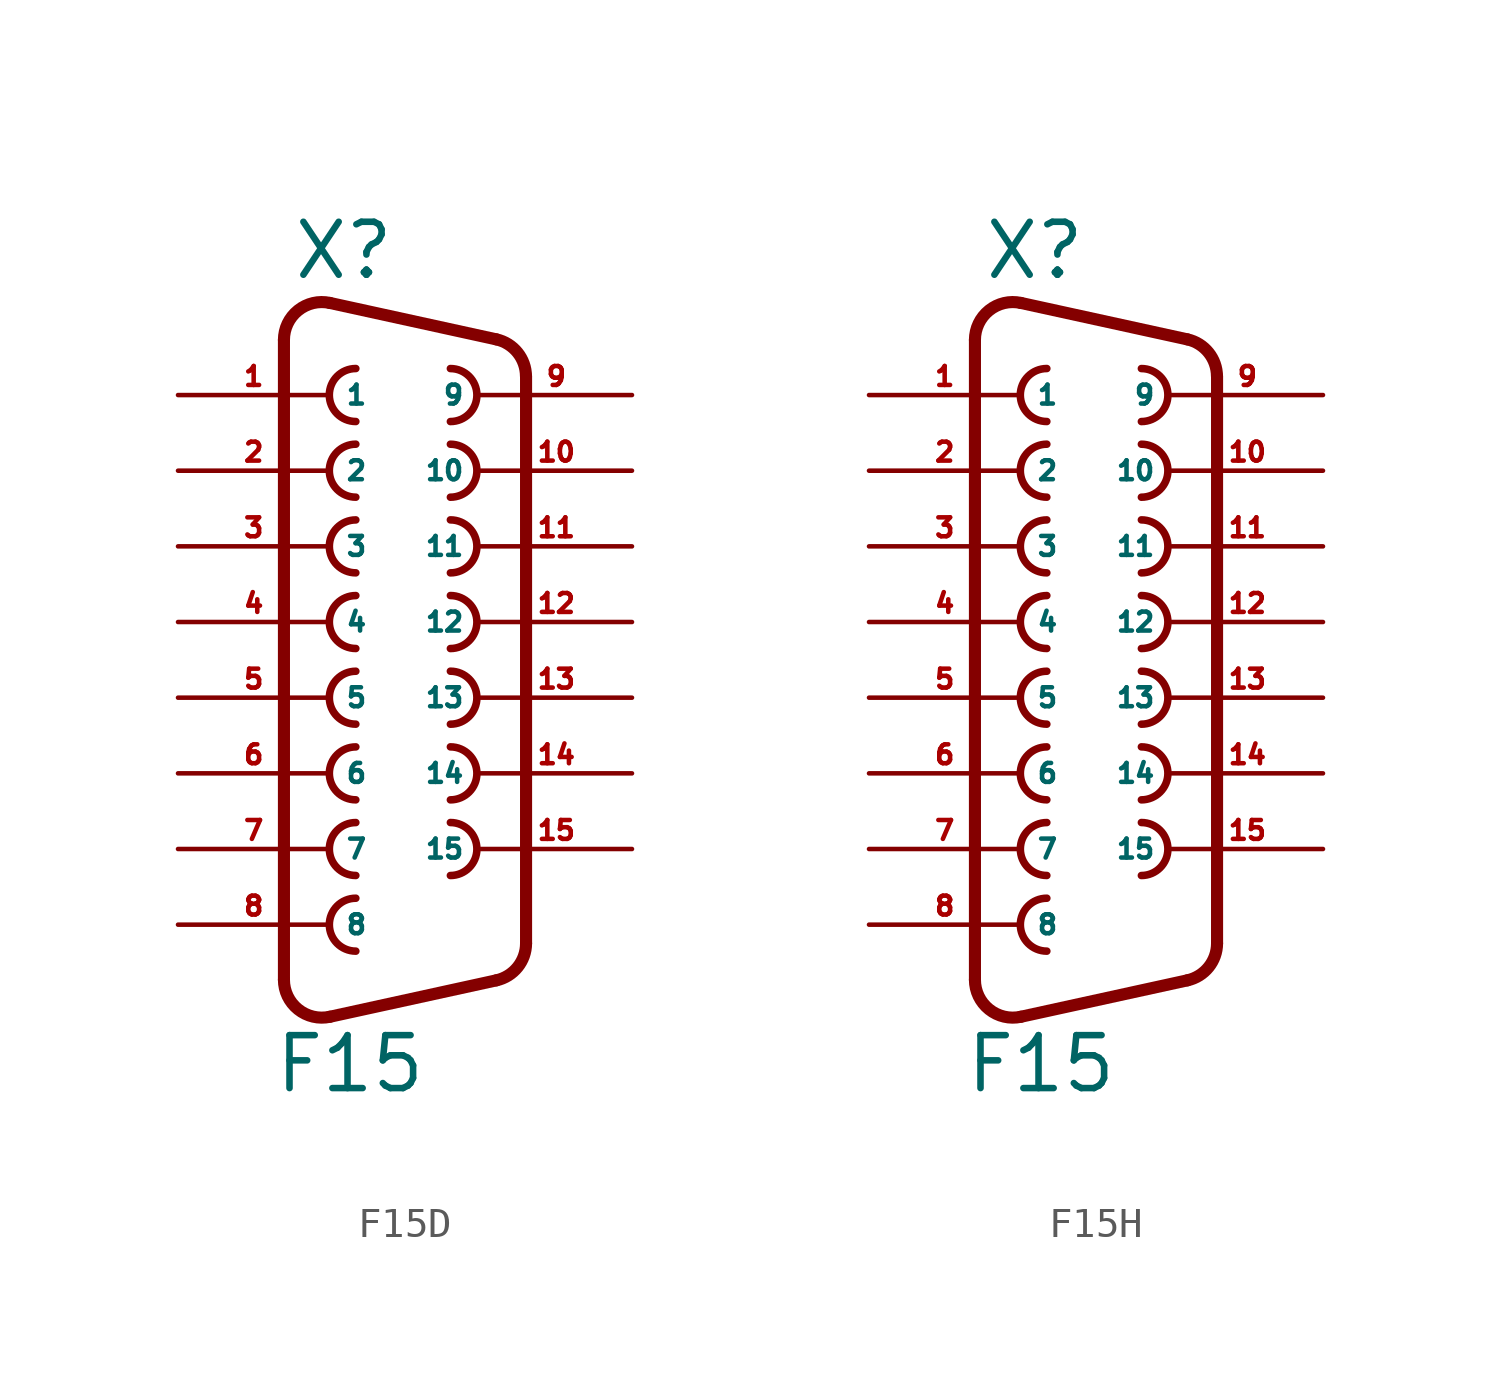
<source format=kicad_sym>
(kicad_symbol_lib
  (version 20220914)
  (generator Eagle2Kicad)
  (symbol "F15D"
    (property "Reference" "X"
      (at -3.81 11.43 0)
      (effects (font (size 1.778 1.778) (thickness 0.22)) (justify left bottom)))
    (property "Value" "F15"
      (at -4.445 -15.875 0)
      (effects (font (size 1.778 1.778) (thickness 0.22)) (justify left bottom)))
    (arc
      (start -1.651 8.509)
      (mid -2.540 7.620)
      (end -1.651 6.731)
      (stroke (width 0.254) (type default))
      (fill (type none)))
    (arc
      (start 1.524 6.731)
      (mid 2.413 7.620)
      (end 1.524 8.509)
      (stroke (width 0.254) (type default))
      (fill (type none)))
    (arc
      (start -1.651 5.969)
      (mid -2.540 5.080)
      (end -1.651 4.191)
      (stroke (width 0.254) (type default))
      (fill (type none)))
    (arc
      (start 1.524 4.191)
      (mid 2.413 5.080)
      (end 1.524 5.969)
      (stroke (width 0.254) (type default))
      (fill (type none)))
    (arc
      (start -1.651 3.429)
      (mid -2.540 2.540)
      (end -1.651 1.651)
      (stroke (width 0.254) (type default))
      (fill (type none)))
    (arc
      (start 1.524 1.651)
      (mid 2.413 2.540)
      (end 1.524 3.429)
      (stroke (width 0.254) (type default))
      (fill (type none)))
    (arc
      (start -1.651 0.889)
      (mid -2.540 0.000)
      (end -1.651 -0.889)
      (stroke (width 0.254) (type default))
      (fill (type none)))
    (arc
      (start 1.524 -0.889)
      (mid 2.413 0.000)
      (end 1.524 0.889)
      (stroke (width 0.254) (type default))
      (fill (type none)))
    (arc
      (start -1.651 -1.651)
      (mid -2.540 -2.540)
      (end -1.651 -3.429)
      (stroke (width 0.254) (type default))
      (fill (type none)))
    (arc
      (start 1.524 -3.429)
      (mid 2.413 -2.540)
      (end 1.524 -1.651)
      (stroke (width 0.254) (type default))
      (fill (type none)))
    (arc
      (start -1.651 -4.191)
      (mid -2.540 -5.080)
      (end -1.651 -5.969)
      (stroke (width 0.254) (type default))
      (fill (type none)))
    (arc
      (start 1.524 -5.969)
      (mid 2.413 -5.080)
      (end 1.524 -4.191)
      (stroke (width 0.254) (type default))
      (fill (type none)))
    (arc
      (start -1.651 -6.731)
      (mid -2.540 -7.620)
      (end -1.651 -8.509)
      (stroke (width 0.254) (type default))
      (fill (type none)))
    (arc
      (start 1.524 -8.509)
      (mid 2.413 -7.620)
      (end 1.524 -6.731)
      (stroke (width 0.254) (type default))
      (fill (type none)))
    (arc
      (start -1.651 -9.271)
      (mid -2.540 -10.160)
      (end -1.651 -11.049)
      (stroke (width 0.254) (type default))
      (fill (type none)))
    (arc
      (start -2.5226 10.712)
      (mid -3.590 10.461)
      (end -4.064 9.4712)
      (stroke (width 0.4064) (type default))
      (fill (type none)))
    (polyline
      (pts (xy -2.523 10.712) (xy 3.065 9.489))
      (stroke (width 0.406) (type default))
      (fill (type none)))
    (arc
      (start 4.0642 8.2488)
      (mid 3.783 9.045)
      (end 3.0654 9.4895)
      (stroke (width 0.4064) (type default))
      (fill (type none)))
    (polyline
      (pts (xy 4.064 -10.789) (xy 4.064 8.249))
      (stroke (width 0.406) (type default))
      (fill (type none)))
    (arc
      (start 3.0654 -12.0294)
      (mid 3.783 -11.585)
      (end 4.064 -10.7888)
      (stroke (width 0.4064) (type default))
      (fill (type none)))
    (polyline
      (pts (xy -4.064 -12.011) (xy -4.064 9.471))
      (stroke (width 0.406) (type default))
      (fill (type none)))
    (polyline
      (pts (xy -2.523 -13.252) (xy 3.065 -12.029))
      (stroke (width 0.406) (type default))
      (fill (type none)))
    (arc
      (start -4.064 -12.0112)
      (mid -3.590 -13.001)
      (end -2.5226 -13.2519)
      (stroke (width 0.4064) (type default))
      (fill (type none)))
    (pin passive line
      (at -7.62 7.62 0)
      (length 5.08)
      (name "1" (effects (font (size 0.635 0.635) (thickness 0.08)) (justify left bottom)))
      (number "1" (effects (font (size 0.635 0.635) (thickness 0.08)) (justify left bottom))))
    (pin passive line
      (at -7.62 5.08 0)
      (length 5.08)
      (name "2" (effects (font (size 0.635 0.635) (thickness 0.08)) (justify left bottom)))
      (number "2" (effects (font (size 0.635 0.635) (thickness 0.08)) (justify left bottom))))
    (pin passive line
      (at -7.62 2.54 0)
      (length 5.08)
      (name "3" (effects (font (size 0.635 0.635) (thickness 0.08)) (justify left bottom)))
      (number "3" (effects (font (size 0.635 0.635) (thickness 0.08)) (justify left bottom))))
    (pin passive line
      (at -7.62 0 0)
      (length 5.08)
      (name "4" (effects (font (size 0.635 0.635) (thickness 0.08)) (justify left bottom)))
      (number "4" (effects (font (size 0.635 0.635) (thickness 0.08)) (justify left bottom))))
    (pin passive line
      (at -7.62 -2.54 0)
      (length 5.08)
      (name "5" (effects (font (size 0.635 0.635) (thickness 0.08)) (justify left bottom)))
      (number "5" (effects (font (size 0.635 0.635) (thickness 0.08)) (justify left bottom))))
    (pin passive line
      (at -7.62 -5.08 0)
      (length 5.08)
      (name "6" (effects (font (size 0.635 0.635) (thickness 0.08)) (justify left bottom)))
      (number "6" (effects (font (size 0.635 0.635) (thickness 0.08)) (justify left bottom))))
    (pin passive line
      (at -7.62 -7.62 0)
      (length 5.08)
      (name "7" (effects (font (size 0.635 0.635) (thickness 0.08)) (justify left bottom)))
      (number "7" (effects (font (size 0.635 0.635) (thickness 0.08)) (justify left bottom))))
    (pin passive line
      (at -7.62 -10.16 0)
      (length 5.08)
      (name "8" (effects (font (size 0.635 0.635) (thickness 0.08)) (justify left bottom)))
      (number "8" (effects (font (size 0.635 0.635) (thickness 0.08)) (justify left bottom))))
    (pin passive line
      (at 7.62 7.62 180)
      (length 5.08)
      (name "9" (effects (font (size 0.635 0.635) (thickness 0.08)) (justify left bottom)))
      (number "9" (effects (font (size 0.635 0.635) (thickness 0.08)) (justify left bottom))))
    (pin passive line
      (at 7.62 5.08 180)
      (length 5.08)
      (name "10" (effects (font (size 0.635 0.635) (thickness 0.08)) (justify left bottom)))
      (number "10" (effects (font (size 0.635 0.635) (thickness 0.08)) (justify left bottom))))
    (pin passive line
      (at 7.62 2.54 180)
      (length 5.08)
      (name "11" (effects (font (size 0.635 0.635) (thickness 0.08)) (justify left bottom)))
      (number "11" (effects (font (size 0.635 0.635) (thickness 0.08)) (justify left bottom))))
    (pin passive line
      (at 7.62 0 180)
      (length 5.08)
      (name "12" (effects (font (size 0.635 0.635) (thickness 0.08)) (justify left bottom)))
      (number "12" (effects (font (size 0.635 0.635) (thickness 0.08)) (justify left bottom))))
    (pin passive line
      (at 7.62 -2.54 180)
      (length 5.08)
      (name "13" (effects (font (size 0.635 0.635) (thickness 0.08)) (justify left bottom)))
      (number "13" (effects (font (size 0.635 0.635) (thickness 0.08)) (justify left bottom))))
    (pin passive line
      (at 7.62 -5.08 180)
      (length 5.08)
      (name "14" (effects (font (size 0.635 0.635) (thickness 0.08)) (justify left bottom)))
      (number "14" (effects (font (size 0.635 0.635) (thickness 0.08)) (justify left bottom))))
    (pin passive line
      (at 7.62 -7.62 180)
      (length 5.08)
      (name "15" (effects (font (size 0.635 0.635) (thickness 0.08)) (justify left bottom)))
      (number "15" (effects (font (size 0.635 0.635) (thickness 0.08)) (justify left bottom)))))
  (symbol "F15H"
    (property "Reference" "X"
      (at -3.81 11.43 0)
      (effects (font (size 1.778 1.778) (thickness 0.22)) (justify left bottom)))
    (property "Value" "F15"
      (at -4.445 -15.875 0)
      (effects (font (size 1.778 1.778) (thickness 0.22)) (justify left bottom)))
    (arc
      (start -1.651 8.509)
      (mid -2.540 7.620)
      (end -1.651 6.731)
      (stroke (width 0.254) (type default))
      (fill (type none)))
    (arc
      (start 1.524 6.731)
      (mid 2.413 7.620)
      (end 1.524 8.509)
      (stroke (width 0.254) (type default))
      (fill (type none)))
    (arc
      (start -1.651 5.969)
      (mid -2.540 5.080)
      (end -1.651 4.191)
      (stroke (width 0.254) (type default))
      (fill (type none)))
    (arc
      (start 1.524 4.191)
      (mid 2.413 5.080)
      (end 1.524 5.969)
      (stroke (width 0.254) (type default))
      (fill (type none)))
    (arc
      (start -1.651 3.429)
      (mid -2.540 2.540)
      (end -1.651 1.651)
      (stroke (width 0.254) (type default))
      (fill (type none)))
    (arc
      (start 1.524 1.651)
      (mid 2.413 2.540)
      (end 1.524 3.429)
      (stroke (width 0.254) (type default))
      (fill (type none)))
    (arc
      (start -1.651 0.889)
      (mid -2.540 0.000)
      (end -1.651 -0.889)
      (stroke (width 0.254) (type default))
      (fill (type none)))
    (arc
      (start 1.524 -0.889)
      (mid 2.413 0.000)
      (end 1.524 0.889)
      (stroke (width 0.254) (type default))
      (fill (type none)))
    (arc
      (start -1.651 -1.651)
      (mid -2.540 -2.540)
      (end -1.651 -3.429)
      (stroke (width 0.254) (type default))
      (fill (type none)))
    (arc
      (start 1.524 -3.429)
      (mid 2.413 -2.540)
      (end 1.524 -1.651)
      (stroke (width 0.254) (type default))
      (fill (type none)))
    (arc
      (start -1.651 -4.191)
      (mid -2.540 -5.080)
      (end -1.651 -5.969)
      (stroke (width 0.254) (type default))
      (fill (type none)))
    (arc
      (start 1.524 -5.969)
      (mid 2.413 -5.080)
      (end 1.524 -4.191)
      (stroke (width 0.254) (type default))
      (fill (type none)))
    (arc
      (start -1.651 -6.731)
      (mid -2.540 -7.620)
      (end -1.651 -8.509)
      (stroke (width 0.254) (type default))
      (fill (type none)))
    (arc
      (start 1.524 -8.509)
      (mid 2.413 -7.620)
      (end 1.524 -6.731)
      (stroke (width 0.254) (type default))
      (fill (type none)))
    (arc
      (start -1.651 -9.271)
      (mid -2.540 -10.160)
      (end -1.651 -11.049)
      (stroke (width 0.254) (type default))
      (fill (type none)))
    (arc
      (start -2.5226 10.712)
      (mid -3.590 10.461)
      (end -4.064 9.4712)
      (stroke (width 0.4064) (type default))
      (fill (type none)))
    (polyline
      (pts (xy -2.523 10.712) (xy 3.065 9.489))
      (stroke (width 0.406) (type default))
      (fill (type none)))
    (arc
      (start 4.0642 8.2488)
      (mid 3.783 9.045)
      (end 3.0654 9.4895)
      (stroke (width 0.4064) (type default))
      (fill (type none)))
    (polyline
      (pts (xy 4.064 -10.789) (xy 4.064 8.249))
      (stroke (width 0.406) (type default))
      (fill (type none)))
    (arc
      (start 3.0654 -12.0294)
      (mid 3.783 -11.585)
      (end 4.064 -10.7888)
      (stroke (width 0.4064) (type default))
      (fill (type none)))
    (polyline
      (pts (xy -4.064 -12.011) (xy -4.064 9.471))
      (stroke (width 0.406) (type default))
      (fill (type none)))
    (polyline
      (pts (xy -2.523 -13.252) (xy 3.065 -12.029))
      (stroke (width 0.406) (type default))
      (fill (type none)))
    (arc
      (start -4.064 -12.0112)
      (mid -3.590 -13.001)
      (end -2.5226 -13.2519)
      (stroke (width 0.4064) (type default))
      (fill (type none)))
    (pin passive line
      (at -7.62 7.62 0)
      (length 5.08)
      (name "1" (effects (font (size 0.635 0.635) (thickness 0.08)) (justify left bottom)))
      (number "1" (effects (font (size 0.635 0.635) (thickness 0.08)) (justify left bottom))))
    (pin passive line
      (at -7.62 5.08 0)
      (length 5.08)
      (name "2" (effects (font (size 0.635 0.635) (thickness 0.08)) (justify left bottom)))
      (number "2" (effects (font (size 0.635 0.635) (thickness 0.08)) (justify left bottom))))
    (pin passive line
      (at -7.62 2.54 0)
      (length 5.08)
      (name "3" (effects (font (size 0.635 0.635) (thickness 0.08)) (justify left bottom)))
      (number "3" (effects (font (size 0.635 0.635) (thickness 0.08)) (justify left bottom))))
    (pin passive line
      (at -7.62 0 0)
      (length 5.08)
      (name "4" (effects (font (size 0.635 0.635) (thickness 0.08)) (justify left bottom)))
      (number "4" (effects (font (size 0.635 0.635) (thickness 0.08)) (justify left bottom))))
    (pin passive line
      (at -7.62 -2.54 0)
      (length 5.08)
      (name "5" (effects (font (size 0.635 0.635) (thickness 0.08)) (justify left bottom)))
      (number "5" (effects (font (size 0.635 0.635) (thickness 0.08)) (justify left bottom))))
    (pin passive line
      (at -7.62 -5.08 0)
      (length 5.08)
      (name "6" (effects (font (size 0.635 0.635) (thickness 0.08)) (justify left bottom)))
      (number "6" (effects (font (size 0.635 0.635) (thickness 0.08)) (justify left bottom))))
    (pin passive line
      (at -7.62 -7.62 0)
      (length 5.08)
      (name "7" (effects (font (size 0.635 0.635) (thickness 0.08)) (justify left bottom)))
      (number "7" (effects (font (size 0.635 0.635) (thickness 0.08)) (justify left bottom))))
    (pin passive line
      (at -7.62 -10.16 0)
      (length 5.08)
      (name "8" (effects (font (size 0.635 0.635) (thickness 0.08)) (justify left bottom)))
      (number "8" (effects (font (size 0.635 0.635) (thickness 0.08)) (justify left bottom))))
    (pin passive line
      (at 7.62 7.62 180)
      (length 5.08)
      (name "9" (effects (font (size 0.635 0.635) (thickness 0.08)) (justify left bottom)))
      (number "9" (effects (font (size 0.635 0.635) (thickness 0.08)) (justify left bottom))))
    (pin passive line
      (at 7.62 5.08 180)
      (length 5.08)
      (name "10" (effects (font (size 0.635 0.635) (thickness 0.08)) (justify left bottom)))
      (number "10" (effects (font (size 0.635 0.635) (thickness 0.08)) (justify left bottom))))
    (pin passive line
      (at 7.62 2.54 180)
      (length 5.08)
      (name "11" (effects (font (size 0.635 0.635) (thickness 0.08)) (justify left bottom)))
      (number "11" (effects (font (size 0.635 0.635) (thickness 0.08)) (justify left bottom))))
    (pin passive line
      (at 7.62 0 180)
      (length 5.08)
      (name "12" (effects (font (size 0.635 0.635) (thickness 0.08)) (justify left bottom)))
      (number "12" (effects (font (size 0.635 0.635) (thickness 0.08)) (justify left bottom))))
    (pin passive line
      (at 7.62 -2.54 180)
      (length 5.08)
      (name "13" (effects (font (size 0.635 0.635) (thickness 0.08)) (justify left bottom)))
      (number "13" (effects (font (size 0.635 0.635) (thickness 0.08)) (justify left bottom))))
    (pin passive line
      (at 7.62 -5.08 180)
      (length 5.08)
      (name "14" (effects (font (size 0.635 0.635) (thickness 0.08)) (justify left bottom)))
      (number "14" (effects (font (size 0.635 0.635) (thickness 0.08)) (justify left bottom))))
    (pin passive line
      (at 7.62 -7.62 180)
      (length 5.08)
      (name "15" (effects (font (size 0.635 0.635) (thickness 0.08)) (justify left bottom)))
      (number "15" (effects (font (size 0.635 0.635) (thickness 0.08)) (justify left bottom))))))
</source>
